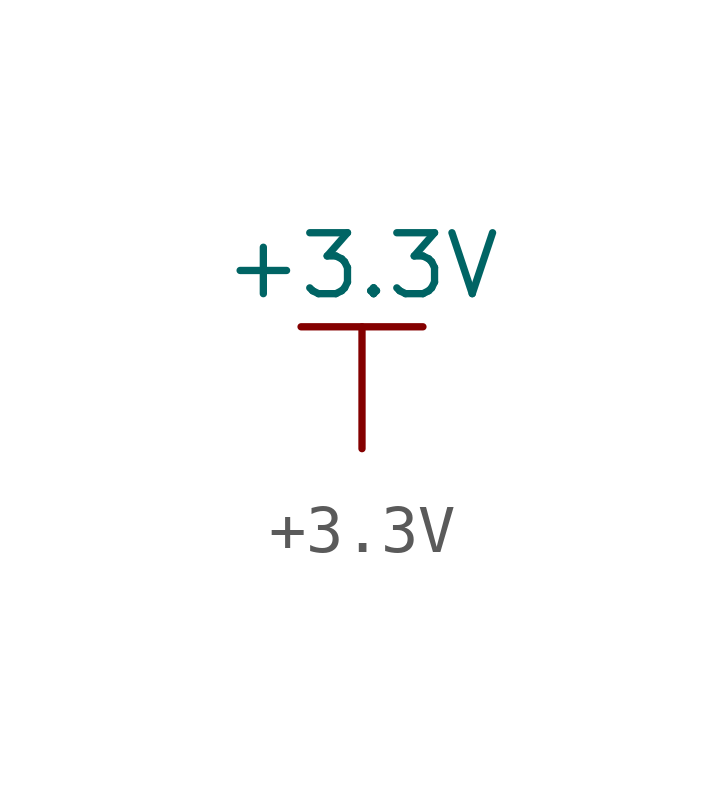
<source format=kicad_sym>
(kicad_symbol_lib
  (version 20211014)
  (generator kicad_symbol_editor)
  (symbol "+3.3V"
    (power)
    (pin_names
      (offset 0))
    (property "Reference" "#PWR"
      (at 0 -3.81 0)
      (effects (font (size 1.27 1.27)) hide))
    (property "Value" "+3.3V"
      (at 0 3.81 0)
      (effects (font (size 1.27 1.27))))
    (symbol "+3.3V_0_1"
      (polyline (pts (xy -1.27 2.54) (xy 1.27 2.54)) (stroke (width 0) (type default) (color 0 0 0 0)) (fill (type none)))
      (polyline (pts (xy 0 0) (xy 0 2.54)) (stroke (width 0) (type default) (color 0 0 0 0)) (fill (type none))))
    (symbol "+3.3V_1_1"
      (pin power_in line (at 0 0 90) (length 0) hide (name "+3.3V" (effects (font (size 1.27 1.27)))) (number "1" (effects (font (size 1.27 1.27))))))))
</source>
